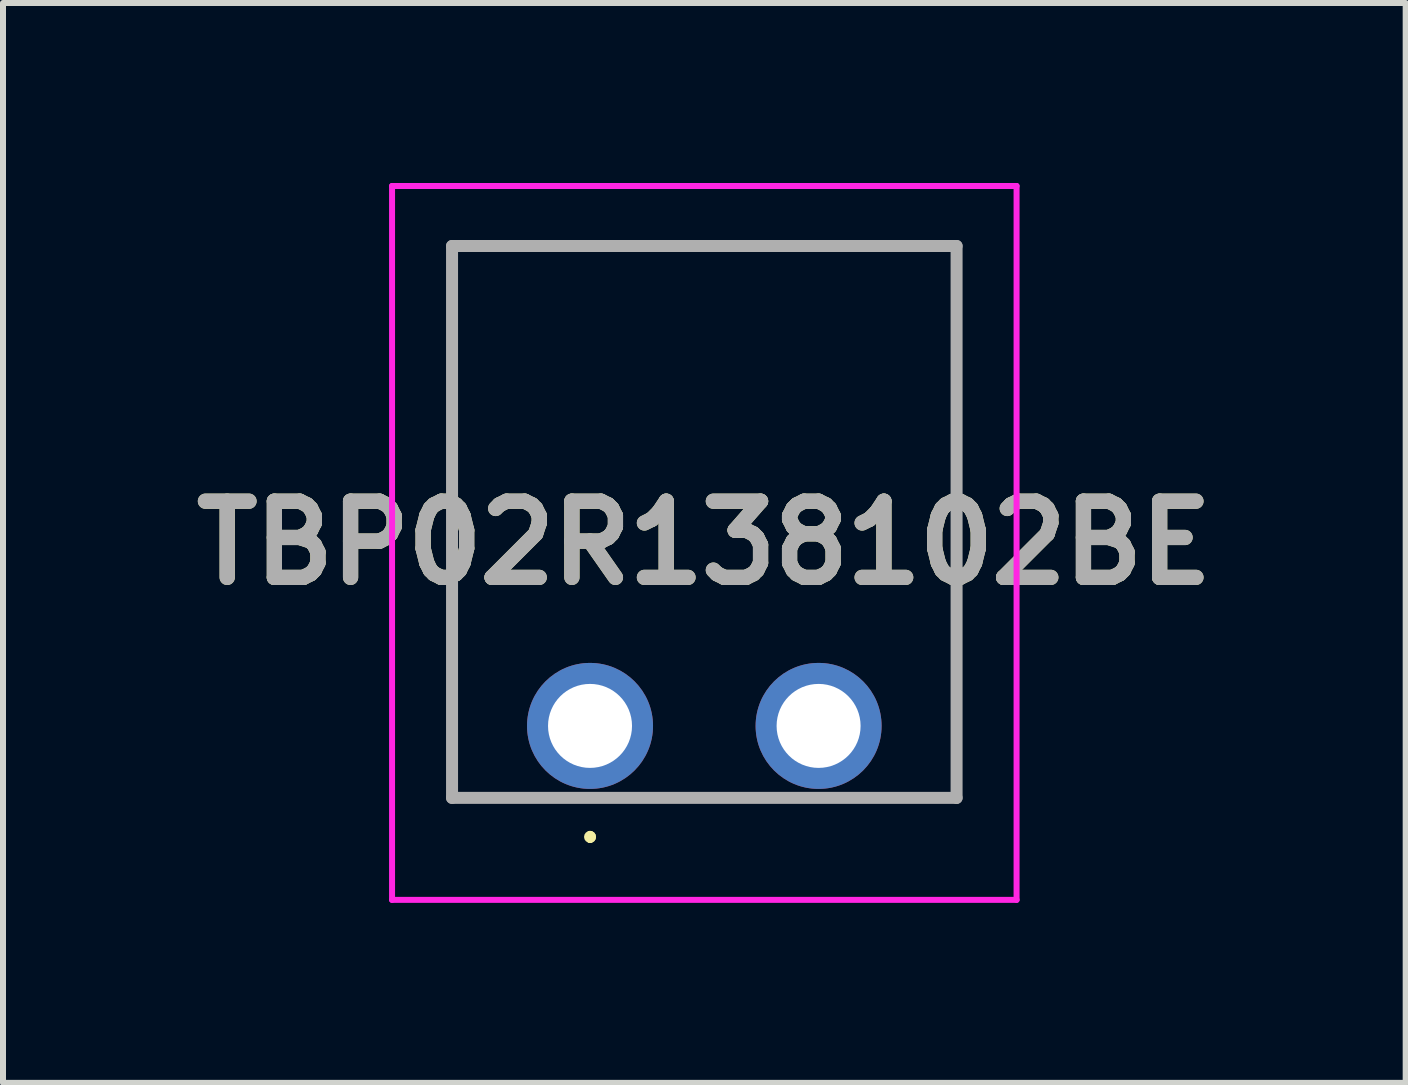
<source format=kicad_pcb>
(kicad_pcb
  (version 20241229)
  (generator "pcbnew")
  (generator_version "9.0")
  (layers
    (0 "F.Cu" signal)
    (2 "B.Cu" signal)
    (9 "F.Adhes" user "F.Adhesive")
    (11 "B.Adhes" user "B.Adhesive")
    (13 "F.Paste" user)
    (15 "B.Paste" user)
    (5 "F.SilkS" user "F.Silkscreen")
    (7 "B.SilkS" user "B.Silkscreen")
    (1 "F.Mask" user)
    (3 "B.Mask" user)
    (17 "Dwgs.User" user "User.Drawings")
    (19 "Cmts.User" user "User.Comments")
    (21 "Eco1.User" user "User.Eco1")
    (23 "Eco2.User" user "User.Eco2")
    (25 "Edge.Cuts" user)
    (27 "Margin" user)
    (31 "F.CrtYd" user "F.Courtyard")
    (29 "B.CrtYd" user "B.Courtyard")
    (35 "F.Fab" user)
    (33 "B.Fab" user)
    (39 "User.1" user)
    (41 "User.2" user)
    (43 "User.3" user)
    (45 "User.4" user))
  (footprint "TBP02R138102BE"
    (layer "F.Cu")
    (at 6.785 9.05)
    (property "Reference" "TBP02R138102BE" (at 1.905 -3.05 0) (layer "F.SilkS") (effects (font (size 1.27 1.27) (thickness 0.254))))
    (attr through_hole)
    (fp_line (start -2.3 -8) (end -2.25 1.2) (stroke (width 0.1) (type solid)) (layer "F.SilkS"))
    (fp_line (start -2.3 -8) (end 6.11 -8) (stroke (width 0.1) (type solid)) (layer "F.SilkS"))
    (fp_line (start 0 1.8) (end 0 1.8) (stroke (width 0.1) (type solid)) (layer "F.SilkS"))
    (fp_line (start 0 1.9) (end 0 1.9) (stroke (width 0.1) (type solid)) (layer "F.SilkS"))
    (fp_line (start 0 1.9) (end 0 1.9) (stroke (width 0.1) (type solid)) (layer "F.SilkS"))
    (fp_line (start 6.11 -8) (end 6.11 1.25) (stroke (width 0.1) (type solid)) (layer "F.SilkS"))
    (fp_arc (start 0 1.8) (mid 0.05 1.85) (end 0 1.9) (stroke (width 0.1) (type solid)) (layer "F.SilkS"))
    (fp_arc (start 0 1.8) (mid 0.05 1.85) (end 0 1.9) (stroke (width 0.1) (type solid)) (layer "F.SilkS"))
    (fp_arc (start 0 1.9) (mid -0.05 1.85) (end 0 1.8) (stroke (width 0.1) (type solid)) (layer "F.SilkS"))
    (fp_line (start -3.3 -9) (end 7.11 -9) (stroke (width 0.1) (type solid)) (layer "F.CrtYd"))
    (fp_line (start -3.3 2.9) (end -3.3 -9) (stroke (width 0.1) (type solid)) (layer "F.CrtYd"))
    (fp_line (start 7.11 -9) (end 7.11 2.9) (stroke (width 0.1) (type solid)) (layer "F.CrtYd"))
    (fp_line (start 7.11 2.9) (end -3.3 2.9) (stroke (width 0.1) (type solid)) (layer "F.CrtYd"))
    (fp_line (start -2.3 -8) (end -2.3 1.2) (stroke (width 0.2) (type solid)) (layer "F.Fab"))
    (fp_line (start -2.3 1.2) (end 6.11 1.2) (stroke (width 0.2) (type solid)) (layer "F.Fab"))
    (fp_line (start 6.11 -8) (end -2.3 -8) (stroke (width 0.2) (type solid)) (layer "F.Fab"))
    (fp_line (start 6.11 1.2) (end 6.11 -8) (stroke (width 0.2) (type solid)) (layer "F.Fab"))
    (fp_text user "${REFERENCE}" (at 1.905 -3.05 0) (layer "F.Fab") (effects (font (size 1.27 1.27) (thickness 0.254))))
    (pad "1" thru_hole circle (at 0 0) (size 2.1 2.1) (drill 1.4) (layers "*.Cu" "*.Mask"))
    (pad "2" thru_hole circle (at 3.81 0) (size 2.1 2.1) (drill 1.4) (layers "*.Cu" "*.Mask")))
  (gr_rect
    (start -3 -3)
    (end 20.381 15)
    (stroke (width 0.1) (type default))
    (fill no)
    (layer "Edge.Cuts")))
</source>
